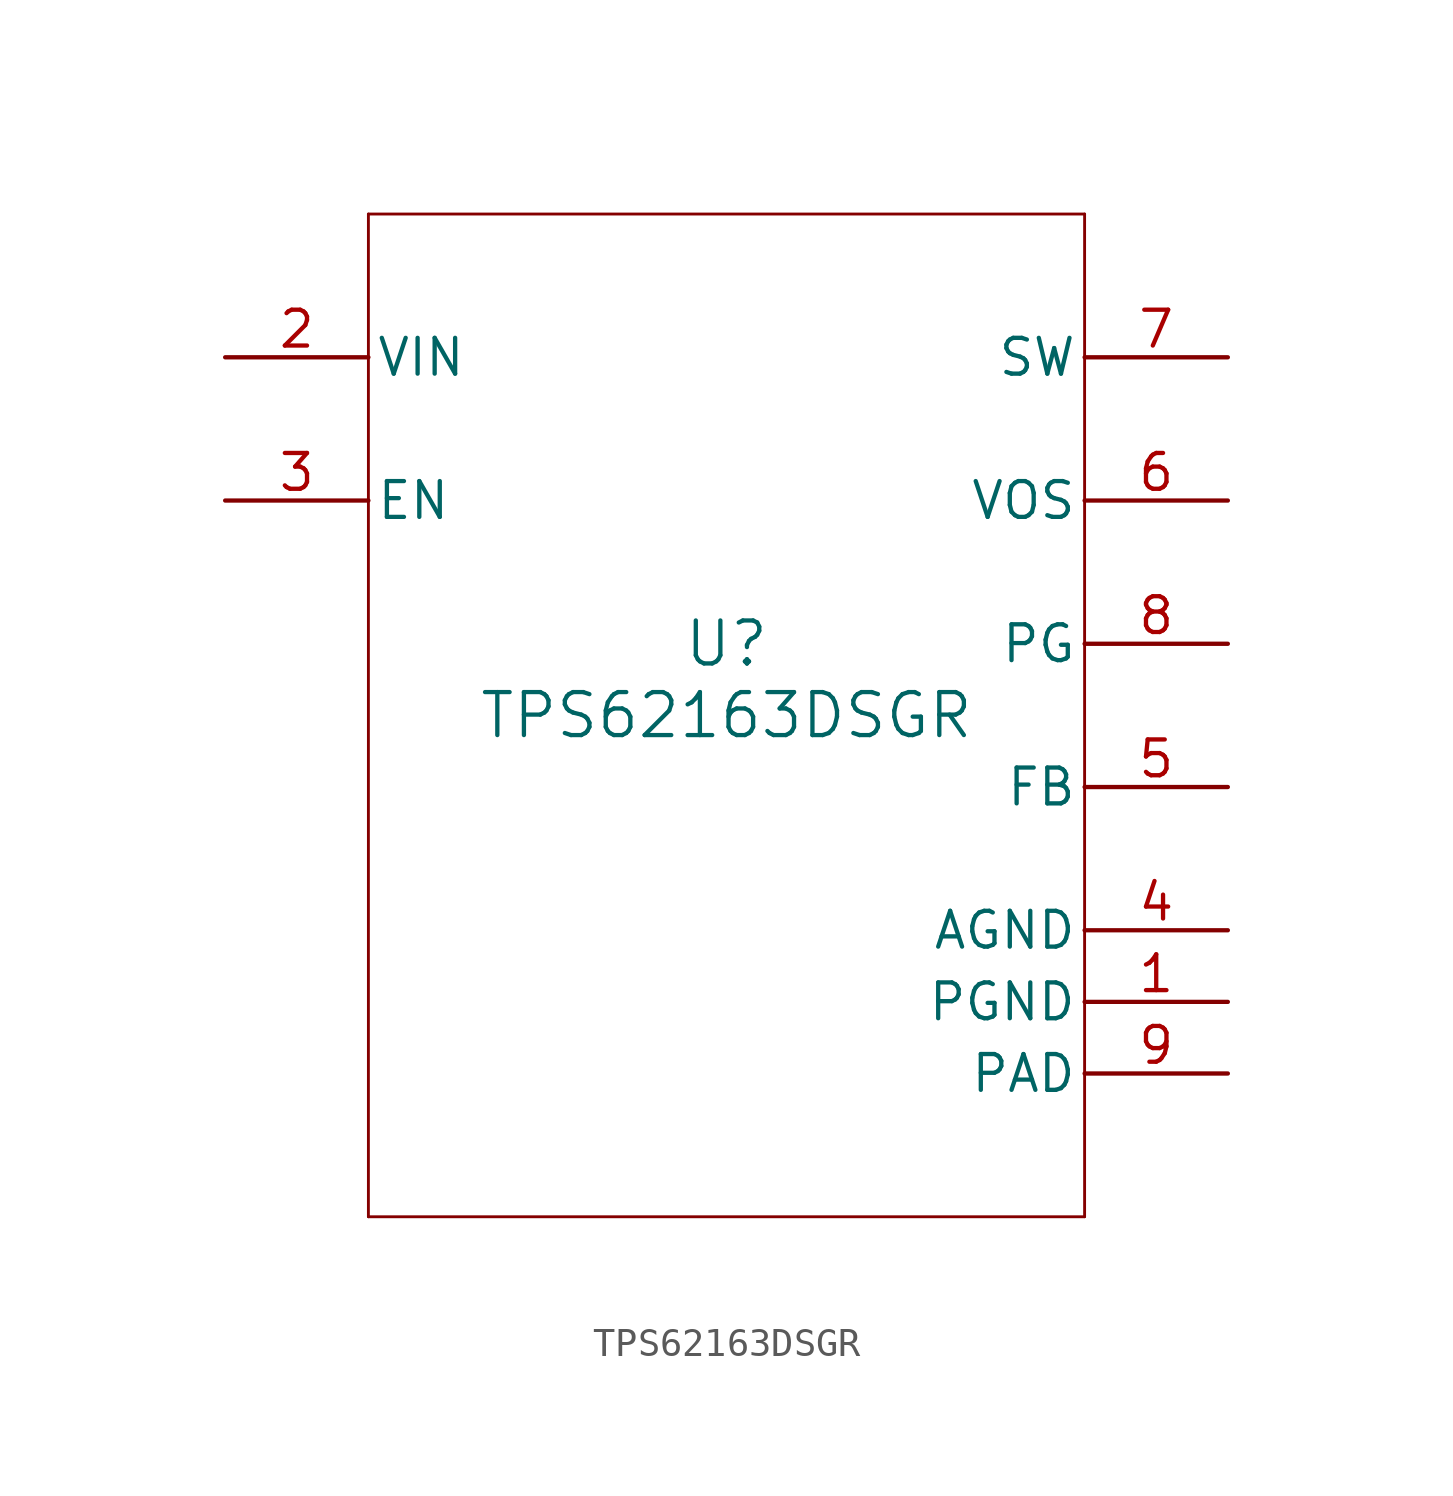
<source format=kicad_sym>
(kicad_symbol_lib
  (version 20211014)
  (generator kicad_symbol_editor)
  (symbol "TPS62163DSGR"
    (pin_names
      (offset 0.254))
    (property "Reference" "U"
      (at 0 2.54 0)
      (effects (font (size 1.524 1.524))))
    (property "Value" "TPS62163DSGR"
      (at 0 0 0)
      (effects (font (size 1.524 1.524))))
    (symbol "TPS62163DSGR_0_1"
      (polyline (pts (xy -12.7 -17.78) (xy 12.7 -17.78)) (stroke (width 0.102) (type default) (color 0 0 0 0)) (fill (type none)))
      (polyline (pts (xy 12.7 -17.78) (xy 12.7 17.78)) (stroke (width 0.102) (type default) (color 0 0 0 0)) (fill (type none)))
      (polyline (pts (xy 12.7 17.78) (xy -12.7 17.78)) (stroke (width 0.102) (type default) (color 0 0 0 0)) (fill (type none)))
      (polyline (pts (xy -12.7 17.78) (xy -12.7 -17.78)) (stroke (width 0.102) (type default) (color 0 0 0 0)) (fill (type none)))
      (pin power_in line (at 17.78 -10.16 180) (length 5.08) (name "PGND" (effects (font (size 1.27 1.27)))) (number "1" (effects (font (size 1.27 1.27)))))
      (pin power_in line (at -17.78 12.7 0) (length 5.08) (name "VIN" (effects (font (size 1.27 1.27)))) (number "2" (effects (font (size 1.27 1.27)))))
      (pin input line (at -17.78 7.62 0) (length 5.08) (name "EN" (effects (font (size 1.27 1.27)))) (number "3" (effects (font (size 1.27 1.27)))))
      (pin power_in line (at 17.78 -7.62 180) (length 5.08) (name "AGND" (effects (font (size 1.27 1.27)))) (number "4" (effects (font (size 1.27 1.27)))))
      (pin input line (at 17.78 -2.54 180) (length 5.08) (name "FB" (effects (font (size 1.27 1.27)))) (number "5" (effects (font (size 1.27 1.27)))))
      (pin input line (at 17.78 7.62 180) (length 5.08) (name "VOS" (effects (font (size 1.27 1.27)))) (number "6" (effects (font (size 1.27 1.27)))))
      (pin power_in line (at 17.78 12.7 180) (length 5.08) (name "SW" (effects (font (size 1.27 1.27)))) (number "7" (effects (font (size 1.27 1.27)))))
      (pin tri_state line (at 17.78 2.54 180) (length 5.08) (name "PG" (effects (font (size 1.27 1.27)))) (number "8" (effects (font (size 1.27 1.27)))))
      (pin power_in line (at 17.78 -12.7 180) (length 5.08) (name "PAD" (effects (font (size 1.27 1.27)))) (number "9" (effects (font (size 1.27 1.27))))))))
</source>
